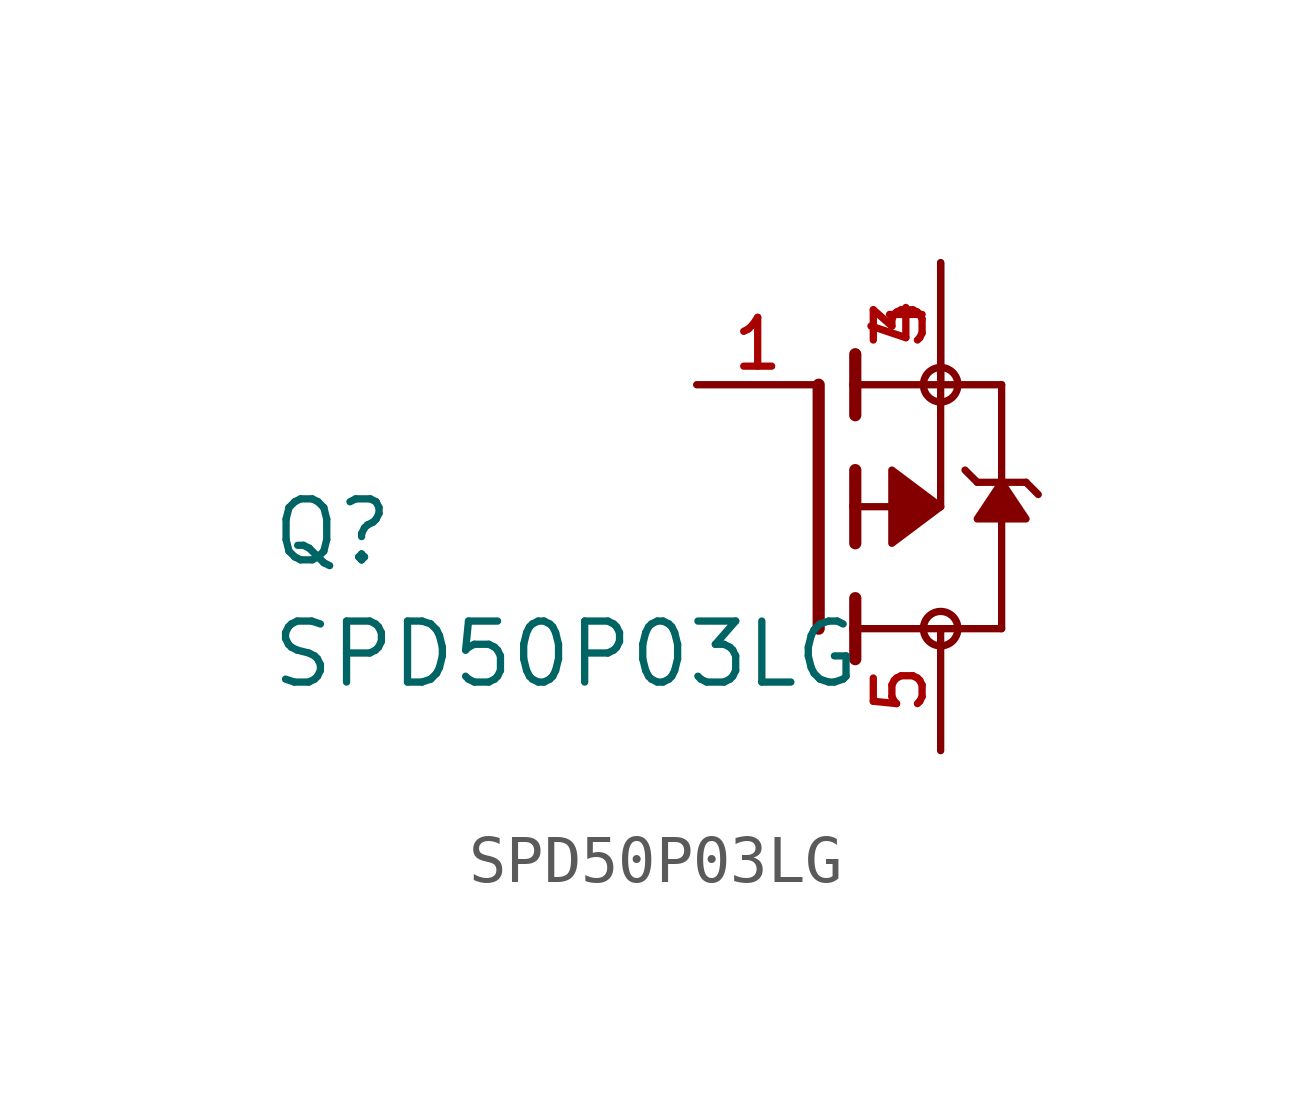
<source format=kicad_sym>
(kicad_symbol_lib
  (version 20211014)
  (generator kicad_symbol_editor)
  (symbol "SPD50P03LG"
    (pin_names
      (offset 1.016))
    (property "Reference" "Q"
      (at -11.433 -1.27 0)
      (effects (font (size 1.27 1.27)) (justify bottom left)))
    (property "Value" "SPD50P03LG"
      (at -11.444 -3.815 0)
      (effects (font (size 1.27 1.27)) (justify bottom left)))
    (symbol "SPD50P03LG_0_0"
      (polyline (pts (xy 0.762 -0.762) (xy 0.762 0.0)) (stroke (width 0.254)))
      (polyline (pts (xy 0.762 0.0) (xy 0.762 0.762)) (stroke (width 0.254)))
      (polyline (pts (xy 0.762 -3.175) (xy 0.762 -2.54)) (stroke (width 0.254)))
      (polyline (pts (xy 0.762 -2.54) (xy 0.762 -1.905)) (stroke (width 0.254)))
      (polyline (pts (xy 0.762 0.0) (xy 2.54 0.0)) (stroke (width 0.152)))
      (polyline (pts (xy 2.54 0.0) (xy 2.54 2.54)) (stroke (width 0.152)))
      (polyline (pts (xy 0.762 1.905) (xy 0.762 2.54)) (stroke (width 0.254)))
      (polyline (pts (xy 0.762 2.54) (xy 0.762 3.175)) (stroke (width 0.254)))
      (polyline (pts (xy 0.0 -2.54) (xy 0.0 2.54)) (stroke (width 0.254)))
      (polyline (pts (xy 2.54 2.54) (xy 0.762 2.54)) (stroke (width 0.152)))
      (polyline (pts (xy 3.81 -2.54) (xy 3.81 0.508)) (stroke (width 0.152)))
      (polyline (pts (xy 3.81 0.508) (xy 3.81 2.54)) (stroke (width 0.152)))
      (polyline (pts (xy 2.54 2.54) (xy 3.81 2.54)) (stroke (width 0.152)))
      (polyline (pts (xy 0.762 -2.54) (xy 3.81 -2.54)) (stroke (width 0.152)))
      (polyline (pts (xy 3.048 0.762) (xy 3.302 0.508)) (stroke (width 0.152)))
      (polyline (pts (xy 3.302 0.508) (xy 3.81 0.508)) (stroke (width 0.152)))
      (polyline (pts (xy 3.81 0.508) (xy 4.318 0.508)) (stroke (width 0.152)))
      (polyline (pts (xy 4.318 0.508) (xy 4.572 0.254)) (stroke (width 0.152)))
      (circle (center 2.54 2.54) (radius 0.359) (stroke (width 0.0)) (fill (type none)))
      (circle (center 2.54 -2.54) (radius 0.359) (stroke (width 0.0)) (fill (type none)))
      (polyline (pts (xy 3.81 0.508) (xy 4.318 -0.254) (xy 3.302 -0.254) (xy 3.81 0.508)) (stroke (width 0.152)) (fill (type outline)))
      (polyline (pts (xy 2.54 0.0) (xy 1.524 0.762) (xy 1.524 -0.762) (xy 2.54 0.0)) (stroke (width 0.152)) (fill (type outline)))
      (pin passive line (at 2.54 5.08 270.0) (length 2.54) (name "~" (effects (font (size 1.016 1.016)))) (number "3" (effects (font (size 1.016 1.016)))))
      (pin passive line (at 2.54 5.08 270.0) (length 2.54) (name "~" (effects (font (size 1.016 1.016)))) (number "4" (effects (font (size 1.016 1.016)))))
      (pin passive line (at -2.54 2.54 0) (length 2.54) (name "~" (effects (font (size 1.016 1.016)))) (number "1" (effects (font (size 1.016 1.016)))))
      (pin passive line (at 2.54 -5.08 90.0) (length 2.54) (name "~" (effects (font (size 1.016 1.016)))) (number "5" (effects (font (size 1.016 1.016))))))))
</source>
